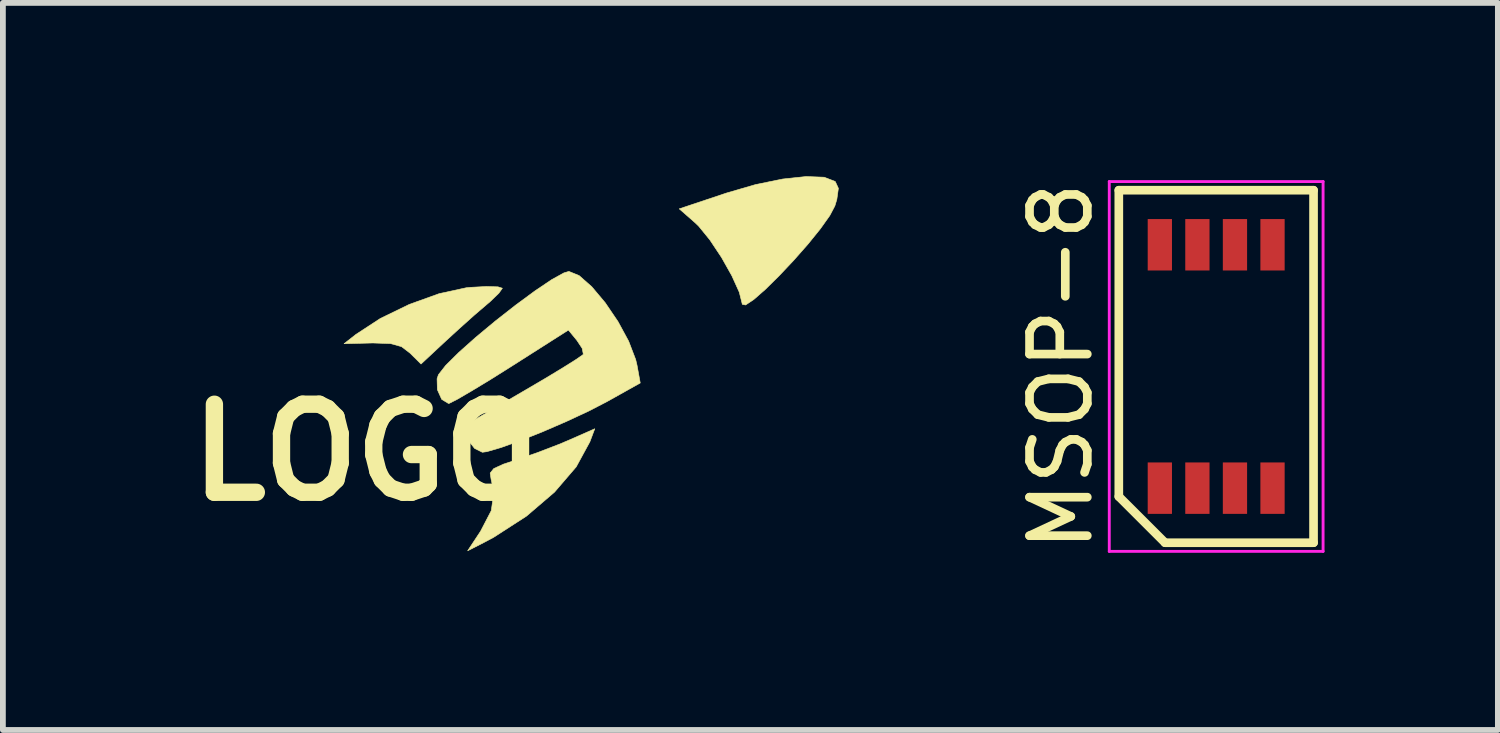
<source format=kicad_pcb>
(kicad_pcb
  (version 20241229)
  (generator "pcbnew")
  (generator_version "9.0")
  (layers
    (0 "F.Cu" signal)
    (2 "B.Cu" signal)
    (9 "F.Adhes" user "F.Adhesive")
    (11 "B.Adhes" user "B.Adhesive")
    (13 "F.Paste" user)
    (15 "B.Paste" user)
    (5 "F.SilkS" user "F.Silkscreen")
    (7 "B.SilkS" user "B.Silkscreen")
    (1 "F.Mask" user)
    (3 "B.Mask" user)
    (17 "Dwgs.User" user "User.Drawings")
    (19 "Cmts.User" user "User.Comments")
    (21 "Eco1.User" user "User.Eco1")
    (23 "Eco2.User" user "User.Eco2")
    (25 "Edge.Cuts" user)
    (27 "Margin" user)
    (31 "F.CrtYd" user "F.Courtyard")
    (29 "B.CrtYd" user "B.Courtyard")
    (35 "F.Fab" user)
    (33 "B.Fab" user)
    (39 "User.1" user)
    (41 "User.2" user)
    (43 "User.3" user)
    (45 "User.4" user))
  (footprint "LOGO"
    (layer "F.Cu")
    (at 3.273 4.78)
    (property "Reference" "LOGO" (at 0 0 0) (layer "F.SilkS") (effects (font (size 1.524 1.524) (thickness 0.3))))
    (attr through_hole)
    (fp_poly (pts (xy 3.885 -0.184) (xy 3.649 0.249) (xy 3.273 0.687) (xy 2.787 1.103) (xy 2.218 1.47) (xy 2.049 1.56) (xy 1.77 1.702) (xy 1.994 1.363) (xy 2.179 1.007) (xy 2.224 0.689) (xy 2.175 0.46) (xy 2.16 0.357) (xy 2.222 0.279) (xy 2.393 0.201) (xy 2.603 0.132) (xy 2.969 0.006) (xy 3.355 -0.142) (xy 3.53 -0.216) (xy 3.97 -0.41) (xy 3.885 -0.184)) (stroke (width 0.01) (type solid)) (fill yes) (layer "F.SilkS"))
    (fp_poly (pts (xy 2.295 -2.866) (xy 2.371 -2.842) (xy 2.311 -2.757) (xy 2.162 -2.613) (xy 2.095 -2.556) (xy 1.885 -2.376) (xy 1.617 -2.136) (xy 1.392 -1.93) (xy 0.963 -1.53) (xy 0.775 -1.717) (xy 0.626 -1.831) (xy 0.436 -1.884) (xy 0.145 -1.894) (xy 0.11 -1.894) (xy -0.368 -1.882) (xy -0.163 -2.043) (xy 0.258 -2.318) (xy 0.76 -2.562) (xy 1.277 -2.748) (xy 1.745 -2.85) (xy 1.813 -2.857) (xy 2.095 -2.872) (xy 2.295 -2.866)) (stroke (width 0.01) (type solid)) (fill yes) (layer "F.SilkS"))
    (fp_poly (pts (xy 7.94 -4.763) (xy 8.127 -4.691) (xy 8.133 -4.686) (xy 8.186 -4.571) (xy 8.159 -4.378) (xy 8.125 -4.266) (xy 8.037 -4.099) (xy 7.874 -3.87) (xy 7.659 -3.604) (xy 7.413 -3.325) (xy 7.16 -3.057) (xy 6.922 -2.822) (xy 6.721 -2.646) (xy 6.58 -2.552) (xy 6.522 -2.564) (xy 6.522 -2.57) (xy 6.471 -2.773) (xy 6.342 -3.058) (xy 6.163 -3.376) (xy 5.962 -3.678) (xy 5.769 -3.915) (xy 5.708 -3.974) (xy 5.432 -4.216) (xy 6.251 -4.49) (xy 6.753 -4.636) (xy 7.222 -4.732) (xy 7.628 -4.775) (xy 7.94 -4.763)) (stroke (width 0.01) (type solid)) (fill yes) (layer "F.SilkS"))
    (fp_poly (pts (xy 3.699 -3.061) (xy 3.918 -2.868) (xy 4.15 -2.592) (xy 4.372 -2.265) (xy 4.556 -1.926) (xy 4.678 -1.608) (xy 4.701 -1.511) (xy 4.757 -1.202) (xy 4.178 -0.878) (xy 3.859 -0.713) (xy 3.478 -0.536) (xy 3.074 -0.361) (xy 2.684 -0.206) (xy 2.348 -0.085) (xy 2.104 -0.014) (xy 2.025 -0.003) (xy 1.891 -0.069) (xy 1.778 -0.212) (xy 1.707 -0.372) (xy 1.7 -0.451) (xy 1.783 -0.502) (xy 1.984 -0.62) (xy 2.276 -0.791) (xy 2.63 -0.998) (xy 2.735 -1.059) (xy 3.103 -1.275) (xy 3.416 -1.464) (xy 3.645 -1.608) (xy 3.763 -1.69) (xy 3.772 -1.7) (xy 3.752 -1.802) (xy 3.661 -1.939) (xy 3.514 -2.118) (xy 2.515 -1.482) (xy 2.149 -1.252) (xy 1.831 -1.06) (xy 1.591 -0.92) (xy 1.455 -0.851) (xy 1.439 -0.847) (xy 1.321 -0.919) (xy 1.246 -1.086) (xy 1.241 -1.276) (xy 1.265 -1.346) (xy 1.39 -1.506) (xy 1.615 -1.729) (xy 1.911 -1.993) (xy 2.249 -2.274) (xy 2.6 -2.549) (xy 2.934 -2.795) (xy 3.222 -2.989) (xy 3.435 -3.107) (xy 3.522 -3.133) (xy 3.699 -3.061)) (stroke (width 0.01) (type solid)) (fill yes) (layer "F.SilkS")))
  (footprint "MSOP-8"
    (layer "F.Cu")
    (at 17.997 3.292)
    (property "Reference" "MSOP-8" (at -2.685 0 90) (layer "F.SilkS") (effects (font (size 1 1) (thickness 0.15))))
    (attr smd)
    (fp_line (start -1.685 -3.05) (end 1.685 -3.05) (stroke (width 0.15) (type solid)) (layer "F.SilkS"))
    (fp_line (start -1.685 2.251) (end -1.685 -3.05) (stroke (width 0.15) (type solid)) (layer "F.SilkS"))
    (fp_line (start -0.885 3.05) (end -1.685 2.251) (stroke (width 0.15) (type solid)) (layer "F.SilkS"))
    (fp_line (start 1.685 -3.05) (end 1.685 3.05) (stroke (width 0.15) (type solid)) (layer "F.SilkS"))
    (fp_line (start 1.685 3.05) (end -0.885 3.05) (stroke (width 0.15) (type solid)) (layer "F.SilkS"))
    (fp_line (start -1.85 -3.2) (end 1.85 -3.2) (stroke (width 0.05) (type solid)) (layer "F.CrtYd"))
    (fp_line (start -1.85 3.2) (end -1.85 -3.2) (stroke (width 0.05) (type solid)) (layer "F.CrtYd"))
    (fp_line (start 1.85 -3.2) (end 1.85 3.2) (stroke (width 0.05) (type solid)) (layer "F.CrtYd"))
    (fp_line (start 1.85 3.2) (end -1.85 3.2) (stroke (width 0.05) (type solid)) (layer "F.CrtYd"))
    (pad "1" smd rect (at -0.975 2.106) (size 0.42 0.89) (layers "F.Cu" "F.Mask" "F.Paste"))
    (pad "2" smd rect (at -0.325 2.106) (size 0.42 0.89) (layers "F.Cu" "F.Mask" "F.Paste"))
    (pad "3" smd rect (at 0.325 2.106) (size 0.42 0.89) (layers "F.Cu" "F.Mask" "F.Paste"))
    (pad "4" smd rect (at 0.975 2.106) (size 0.42 0.89) (layers "F.Cu" "F.Mask" "F.Paste"))
    (pad "5" smd rect (at 0.975 -2.106) (size 0.42 0.89) (layers "F.Cu" "F.Mask" "F.Paste"))
    (pad "6" smd rect (at 0.325 -2.106) (size 0.42 0.89) (layers "F.Cu" "F.Mask" "F.Paste"))
    (pad "7" smd rect (at -0.325 -2.106) (size 0.42 0.89) (layers "F.Cu" "F.Mask" "F.Paste"))
    (pad "8" smd rect (at -0.975 -2.106) (size 0.42 0.89) (layers "F.Cu" "F.Mask" "F.Paste")))
  (gr_rect
    (start -3 -3)
    (end 22.872 9.583)
    (stroke (width 0.1) (type default))
    (fill no)
    (layer "Edge.Cuts")))
</source>
